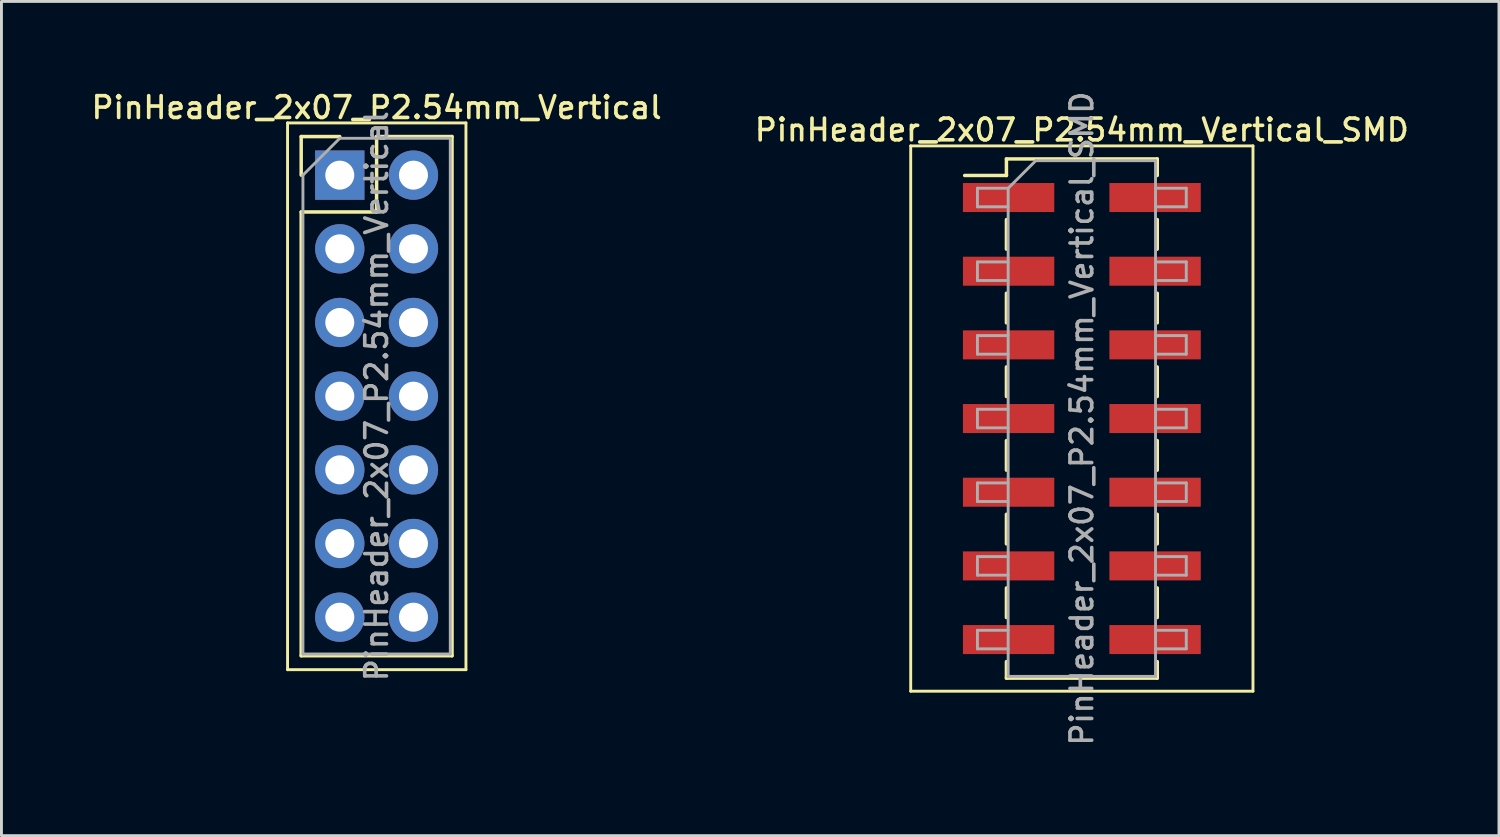
<source format=kicad_pcb>
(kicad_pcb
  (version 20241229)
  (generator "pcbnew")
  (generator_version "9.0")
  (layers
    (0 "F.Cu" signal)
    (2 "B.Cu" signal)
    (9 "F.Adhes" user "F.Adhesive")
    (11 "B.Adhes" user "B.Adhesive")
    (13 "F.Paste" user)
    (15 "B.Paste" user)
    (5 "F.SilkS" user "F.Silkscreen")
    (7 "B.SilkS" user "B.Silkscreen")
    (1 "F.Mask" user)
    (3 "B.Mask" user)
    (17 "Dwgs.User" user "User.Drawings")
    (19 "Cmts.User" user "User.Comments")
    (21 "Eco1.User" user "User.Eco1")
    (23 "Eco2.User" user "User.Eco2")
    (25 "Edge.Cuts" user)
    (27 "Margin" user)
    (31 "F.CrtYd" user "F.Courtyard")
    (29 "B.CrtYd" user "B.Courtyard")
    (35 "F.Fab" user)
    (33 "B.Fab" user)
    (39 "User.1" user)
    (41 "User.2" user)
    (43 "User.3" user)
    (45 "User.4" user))
  (footprint "PinHeader_2x07_P2.54mm_Vertical"
    (layer "F.Cu")
    (at 8.664 2.988)
    (property "Reference" "PinHeader_2x07_P2.54mm_Vertical" (at 1.27 -2.33 0) (layer "F.SilkS") (effects (font (size 0.75 0.75) (thickness 0.125))))
    (attr through_hole)
    (fp_line (start -1.8 -1.8) (end -1.8 17.05) (stroke (width 0.1) (type solid)) (layer "F.SilkS"))
    (fp_line (start -1.8 17.05) (end 4.35 17.05) (stroke (width 0.1) (type solid)) (layer "F.SilkS"))
    (fp_line (start -1.33 -1.33) (end 0 -1.33) (stroke (width 0.12) (type solid)) (layer "F.SilkS"))
    (fp_line (start -1.33 0) (end -1.33 -1.33) (stroke (width 0.12) (type solid)) (layer "F.SilkS"))
    (fp_line (start -1.33 1.27) (end -1.33 16.57) (stroke (width 0.12) (type solid)) (layer "F.SilkS"))
    (fp_line (start -1.33 1.27) (end 1.27 1.27) (stroke (width 0.12) (type solid)) (layer "F.SilkS"))
    (fp_line (start -1.33 16.57) (end 3.87 16.57) (stroke (width 0.12) (type solid)) (layer "F.SilkS"))
    (fp_line (start 1.27 -1.33) (end 3.87 -1.33) (stroke (width 0.12) (type solid)) (layer "F.SilkS"))
    (fp_line (start 1.27 1.27) (end 1.27 -1.33) (stroke (width 0.12) (type solid)) (layer "F.SilkS"))
    (fp_line (start 3.87 -1.33) (end 3.87 16.57) (stroke (width 0.12) (type solid)) (layer "F.SilkS"))
    (fp_line (start 4.35 -1.8) (end -1.8 -1.8) (stroke (width 0.1) (type solid)) (layer "F.SilkS"))
    (fp_line (start 4.35 17.05) (end 4.35 -1.8) (stroke (width 0.1) (type solid)) (layer "F.SilkS"))
    (fp_line (start -1.27 0) (end 0 -1.27) (stroke (width 0.1) (type solid)) (layer "F.Fab"))
    (fp_line (start -1.27 16.51) (end -1.27 0) (stroke (width 0.1) (type solid)) (layer "F.Fab"))
    (fp_line (start 0 -1.27) (end 3.81 -1.27) (stroke (width 0.1) (type solid)) (layer "F.Fab"))
    (fp_line (start 3.81 -1.27) (end 3.81 16.51) (stroke (width 0.1) (type solid)) (layer "F.Fab"))
    (fp_line (start 3.81 16.51) (end -1.27 16.51) (stroke (width 0.1) (type solid)) (layer "F.Fab"))
    (fp_text user "${REFERENCE}" (at 1.27 7.62 90) (layer "F.Fab") (effects (font (size 0.75 0.75) (thickness 0.125))))
    (pad "1" thru_hole rect (at 0 0) (size 1.7 1.7) (drill 1) (layers "*.Cu" "*.Mask"))
    (pad "2" thru_hole oval (at 2.54 0) (size 1.7 1.7) (drill 1) (layers "*.Cu" "*.Mask"))
    (pad "3" thru_hole oval (at 0 2.54) (size 1.7 1.7) (drill 1) (layers "*.Cu" "*.Mask"))
    (pad "4" thru_hole oval (at 2.54 2.54) (size 1.7 1.7) (drill 1) (layers "*.Cu" "*.Mask"))
    (pad "5" thru_hole oval (at 0 5.08) (size 1.7 1.7) (drill 1) (layers "*.Cu" "*.Mask"))
    (pad "6" thru_hole oval (at 2.54 5.08) (size 1.7 1.7) (drill 1) (layers "*.Cu" "*.Mask"))
    (pad "7" thru_hole oval (at 0 7.62) (size 1.7 1.7) (drill 1) (layers "*.Cu" "*.Mask"))
    (pad "8" thru_hole oval (at 2.54 7.62) (size 1.7 1.7) (drill 1) (layers "*.Cu" "*.Mask"))
    (pad "9" thru_hole oval (at 0 10.16) (size 1.7 1.7) (drill 1) (layers "*.Cu" "*.Mask"))
    (pad "10" thru_hole oval (at 2.54 10.16) (size 1.7 1.7) (drill 1) (layers "*.Cu" "*.Mask"))
    (pad "11" thru_hole oval (at 0 12.7) (size 1.7 1.7) (drill 1) (layers "*.Cu" "*.Mask"))
    (pad "12" thru_hole oval (at 2.54 12.7) (size 1.7 1.7) (drill 1) (layers "*.Cu" "*.Mask"))
    (pad "13" thru_hole oval (at 0 15.24) (size 1.7 1.7) (drill 1) (layers "*.Cu" "*.Mask"))
    (pad "14" thru_hole oval (at 2.54 15.24) (size 1.7 1.7) (drill 1) (layers "*.Cu" "*.Mask")))
  (footprint "PinHeader_2x07_P2.54mm_Vertical_SMD"
    (layer "F.Cu")
    (at 34.248 11.38)
    (property "Reference" "PinHeader_2x07_P2.54mm_Vertical_SMD" (at 0 -9.95 0) (layer "F.SilkS") (effects (font (size 0.75 0.75) (thickness 0.125))))
    (attr smd)
    (fp_line (start -5.9 -9.4) (end -5.9 9.4) (stroke (width 0.1) (type solid)) (layer "F.SilkS"))
    (fp_line (start -5.9 9.4) (end 5.9 9.4) (stroke (width 0.1) (type solid)) (layer "F.SilkS"))
    (fp_line (start -4.04 -8.38) (end -2.6 -8.38) (stroke (width 0.12) (type solid)) (layer "F.SilkS"))
    (fp_line (start -2.6 -8.95) (end -2.6 -8.38) (stroke (width 0.12) (type solid)) (layer "F.SilkS"))
    (fp_line (start -2.6 -8.95) (end 2.6 -8.95) (stroke (width 0.12) (type solid)) (layer "F.SilkS"))
    (fp_line (start -2.6 -6.86) (end -2.6 -5.84) (stroke (width 0.12) (type solid)) (layer "F.SilkS"))
    (fp_line (start -2.6 -4.32) (end -2.6 -3.3) (stroke (width 0.12) (type solid)) (layer "F.SilkS"))
    (fp_line (start -2.6 -1.78) (end -2.6 -0.76) (stroke (width 0.12) (type solid)) (layer "F.SilkS"))
    (fp_line (start -2.6 0.76) (end -2.6 1.78) (stroke (width 0.12) (type solid)) (layer "F.SilkS"))
    (fp_line (start -2.6 3.3) (end -2.6 4.32) (stroke (width 0.12) (type solid)) (layer "F.SilkS"))
    (fp_line (start -2.6 5.84) (end -2.6 6.86) (stroke (width 0.12) (type solid)) (layer "F.SilkS"))
    (fp_line (start -2.6 8.38) (end -2.6 8.95) (stroke (width 0.12) (type solid)) (layer "F.SilkS"))
    (fp_line (start -2.6 8.95) (end 2.6 8.95) (stroke (width 0.12) (type solid)) (layer "F.SilkS"))
    (fp_line (start 2.6 -8.95) (end 2.6 -8.38) (stroke (width 0.12) (type solid)) (layer "F.SilkS"))
    (fp_line (start 2.6 -6.86) (end 2.6 -5.84) (stroke (width 0.12) (type solid)) (layer "F.SilkS"))
    (fp_line (start 2.6 -4.32) (end 2.6 -3.3) (stroke (width 0.12) (type solid)) (layer "F.SilkS"))
    (fp_line (start 2.6 -1.78) (end 2.6 -0.76) (stroke (width 0.12) (type solid)) (layer "F.SilkS"))
    (fp_line (start 2.6 0.76) (end 2.6 1.78) (stroke (width 0.12) (type solid)) (layer "F.SilkS"))
    (fp_line (start 2.6 3.3) (end 2.6 4.32) (stroke (width 0.12) (type solid)) (layer "F.SilkS"))
    (fp_line (start 2.6 5.84) (end 2.6 6.86) (stroke (width 0.12) (type solid)) (layer "F.SilkS"))
    (fp_line (start 2.6 8.38) (end 2.6 8.95) (stroke (width 0.12) (type solid)) (layer "F.SilkS"))
    (fp_line (start 5.9 -9.4) (end -5.9 -9.4) (stroke (width 0.1) (type solid)) (layer "F.SilkS"))
    (fp_line (start 5.9 9.4) (end 5.9 -9.4) (stroke (width 0.1) (type solid)) (layer "F.SilkS"))
    (fp_line (start -3.6 -7.94) (end -3.6 -7.3) (stroke (width 0.1) (type solid)) (layer "F.Fab"))
    (fp_line (start -3.6 -7.3) (end -2.54 -7.3) (stroke (width 0.1) (type solid)) (layer "F.Fab"))
    (fp_line (start -3.6 -5.4) (end -3.6 -4.76) (stroke (width 0.1) (type solid)) (layer "F.Fab"))
    (fp_line (start -3.6 -4.76) (end -2.54 -4.76) (stroke (width 0.1) (type solid)) (layer "F.Fab"))
    (fp_line (start -3.6 -2.86) (end -3.6 -2.22) (stroke (width 0.1) (type solid)) (layer "F.Fab"))
    (fp_line (start -3.6 -2.22) (end -2.54 -2.22) (stroke (width 0.1) (type solid)) (layer "F.Fab"))
    (fp_line (start -3.6 -0.32) (end -3.6 0.32) (stroke (width 0.1) (type solid)) (layer "F.Fab"))
    (fp_line (start -3.6 0.32) (end -2.54 0.32) (stroke (width 0.1) (type solid)) (layer "F.Fab"))
    (fp_line (start -3.6 2.22) (end -3.6 2.86) (stroke (width 0.1) (type solid)) (layer "F.Fab"))
    (fp_line (start -3.6 2.86) (end -2.54 2.86) (stroke (width 0.1) (type solid)) (layer "F.Fab"))
    (fp_line (start -3.6 4.76) (end -3.6 5.4) (stroke (width 0.1) (type solid)) (layer "F.Fab"))
    (fp_line (start -3.6 5.4) (end -2.54 5.4) (stroke (width 0.1) (type solid)) (layer "F.Fab"))
    (fp_line (start -3.6 7.3) (end -3.6 7.94) (stroke (width 0.1) (type solid)) (layer "F.Fab"))
    (fp_line (start -3.6 7.94) (end -2.54 7.94) (stroke (width 0.1) (type solid)) (layer "F.Fab"))
    (fp_line (start -2.54 -7.94) (end -3.6 -7.94) (stroke (width 0.1) (type solid)) (layer "F.Fab"))
    (fp_line (start -2.54 -7.94) (end -1.59 -8.89) (stroke (width 0.1) (type solid)) (layer "F.Fab"))
    (fp_line (start -2.54 -5.4) (end -3.6 -5.4) (stroke (width 0.1) (type solid)) (layer "F.Fab"))
    (fp_line (start -2.54 -2.86) (end -3.6 -2.86) (stroke (width 0.1) (type solid)) (layer "F.Fab"))
    (fp_line (start -2.54 -0.32) (end -3.6 -0.32) (stroke (width 0.1) (type solid)) (layer "F.Fab"))
    (fp_line (start -2.54 2.22) (end -3.6 2.22) (stroke (width 0.1) (type solid)) (layer "F.Fab"))
    (fp_line (start -2.54 4.76) (end -3.6 4.76) (stroke (width 0.1) (type solid)) (layer "F.Fab"))
    (fp_line (start -2.54 7.3) (end -3.6 7.3) (stroke (width 0.1) (type solid)) (layer "F.Fab"))
    (fp_line (start -2.54 8.89) (end -2.54 -7.94) (stroke (width 0.1) (type solid)) (layer "F.Fab"))
    (fp_line (start -1.59 -8.89) (end 2.54 -8.89) (stroke (width 0.1) (type solid)) (layer "F.Fab"))
    (fp_line (start 2.54 -8.89) (end 2.54 8.89) (stroke (width 0.1) (type solid)) (layer "F.Fab"))
    (fp_line (start 2.54 -7.94) (end 3.6 -7.94) (stroke (width 0.1) (type solid)) (layer "F.Fab"))
    (fp_line (start 2.54 -5.4) (end 3.6 -5.4) (stroke (width 0.1) (type solid)) (layer "F.Fab"))
    (fp_line (start 2.54 -2.86) (end 3.6 -2.86) (stroke (width 0.1) (type solid)) (layer "F.Fab"))
    (fp_line (start 2.54 -0.32) (end 3.6 -0.32) (stroke (width 0.1) (type solid)) (layer "F.Fab"))
    (fp_line (start 2.54 2.22) (end 3.6 2.22) (stroke (width 0.1) (type solid)) (layer "F.Fab"))
    (fp_line (start 2.54 4.76) (end 3.6 4.76) (stroke (width 0.1) (type solid)) (layer "F.Fab"))
    (fp_line (start 2.54 7.3) (end 3.6 7.3) (stroke (width 0.1) (type solid)) (layer "F.Fab"))
    (fp_line (start 2.54 8.89) (end -2.54 8.89) (stroke (width 0.1) (type solid)) (layer "F.Fab"))
    (fp_line (start 3.6 -7.94) (end 3.6 -7.3) (stroke (width 0.1) (type solid)) (layer "F.Fab"))
    (fp_line (start 3.6 -7.3) (end 2.54 -7.3) (stroke (width 0.1) (type solid)) (layer "F.Fab"))
    (fp_line (start 3.6 -5.4) (end 3.6 -4.76) (stroke (width 0.1) (type solid)) (layer "F.Fab"))
    (fp_line (start 3.6 -4.76) (end 2.54 -4.76) (stroke (width 0.1) (type solid)) (layer "F.Fab"))
    (fp_line (start 3.6 -2.86) (end 3.6 -2.22) (stroke (width 0.1) (type solid)) (layer "F.Fab"))
    (fp_line (start 3.6 -2.22) (end 2.54 -2.22) (stroke (width 0.1) (type solid)) (layer "F.Fab"))
    (fp_line (start 3.6 -0.32) (end 3.6 0.32) (stroke (width 0.1) (type solid)) (layer "F.Fab"))
    (fp_line (start 3.6 0.32) (end 2.54 0.32) (stroke (width 0.1) (type solid)) (layer "F.Fab"))
    (fp_line (start 3.6 2.22) (end 3.6 2.86) (stroke (width 0.1) (type solid)) (layer "F.Fab"))
    (fp_line (start 3.6 2.86) (end 2.54 2.86) (stroke (width 0.1) (type solid)) (layer "F.Fab"))
    (fp_line (start 3.6 4.76) (end 3.6 5.4) (stroke (width 0.1) (type solid)) (layer "F.Fab"))
    (fp_line (start 3.6 5.4) (end 2.54 5.4) (stroke (width 0.1) (type solid)) (layer "F.Fab"))
    (fp_line (start 3.6 7.3) (end 3.6 7.94) (stroke (width 0.1) (type solid)) (layer "F.Fab"))
    (fp_line (start 3.6 7.94) (end 2.54 7.94) (stroke (width 0.1) (type solid)) (layer "F.Fab"))
    (fp_text user "${REFERENCE}" (at 0 0 90) (layer "F.Fab") (effects (font (size 0.75 0.75) (thickness 0.125))))
    (pad "1" smd rect (at -2.525 -7.62) (size 3.15 1) (layers "F.Cu" "F.Mask" "F.Paste"))
    (pad "2" smd rect (at 2.525 -7.62) (size 3.15 1) (layers "F.Cu" "F.Mask" "F.Paste"))
    (pad "3" smd rect (at -2.525 -5.08) (size 3.15 1) (layers "F.Cu" "F.Mask" "F.Paste"))
    (pad "4" smd rect (at 2.525 -5.08) (size 3.15 1) (layers "F.Cu" "F.Mask" "F.Paste"))
    (pad "5" smd rect (at -2.525 -2.54) (size 3.15 1) (layers "F.Cu" "F.Mask" "F.Paste"))
    (pad "6" smd rect (at 2.525 -2.54) (size 3.15 1) (layers "F.Cu" "F.Mask" "F.Paste"))
    (pad "7" smd rect (at -2.525 0) (size 3.15 1) (layers "F.Cu" "F.Mask" "F.Paste"))
    (pad "8" smd rect (at 2.525 0) (size 3.15 1) (layers "F.Cu" "F.Mask" "F.Paste"))
    (pad "9" smd rect (at -2.525 2.54) (size 3.15 1) (layers "F.Cu" "F.Mask" "F.Paste"))
    (pad "10" smd rect (at 2.525 2.54) (size 3.15 1) (layers "F.Cu" "F.Mask" "F.Paste"))
    (pad "11" smd rect (at -2.525 5.08) (size 3.15 1) (layers "F.Cu" "F.Mask" "F.Paste"))
    (pad "12" smd rect (at 2.525 5.08) (size 3.15 1) (layers "F.Cu" "F.Mask" "F.Paste"))
    (pad "13" smd rect (at -2.525 7.62) (size 3.15 1) (layers "F.Cu" "F.Mask" "F.Paste"))
    (pad "14" smd rect (at 2.525 7.62) (size 3.15 1) (layers "F.Cu" "F.Mask" "F.Paste")))
  (gr_rect
    (start -3 -3)
    (end 48.629 25.761)
    (stroke (width 0.1) (type default))
    (fill no)
    (layer "Edge.Cuts")))
</source>
